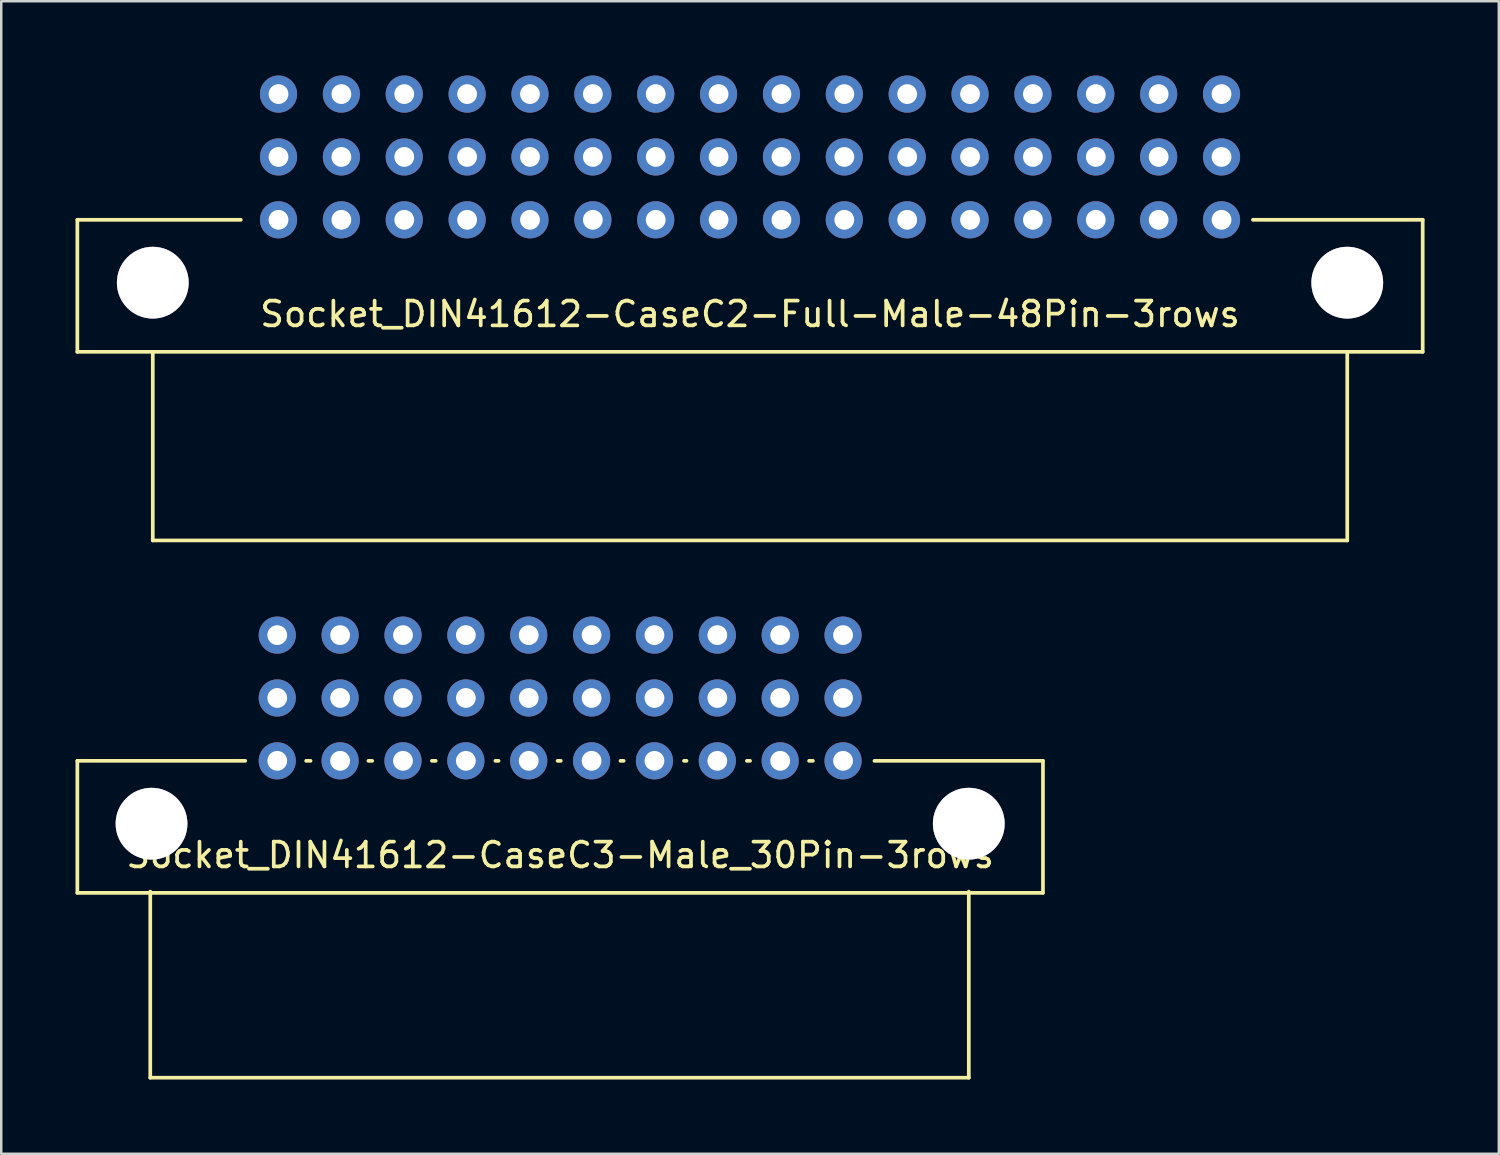
<source format=kicad_pcb>
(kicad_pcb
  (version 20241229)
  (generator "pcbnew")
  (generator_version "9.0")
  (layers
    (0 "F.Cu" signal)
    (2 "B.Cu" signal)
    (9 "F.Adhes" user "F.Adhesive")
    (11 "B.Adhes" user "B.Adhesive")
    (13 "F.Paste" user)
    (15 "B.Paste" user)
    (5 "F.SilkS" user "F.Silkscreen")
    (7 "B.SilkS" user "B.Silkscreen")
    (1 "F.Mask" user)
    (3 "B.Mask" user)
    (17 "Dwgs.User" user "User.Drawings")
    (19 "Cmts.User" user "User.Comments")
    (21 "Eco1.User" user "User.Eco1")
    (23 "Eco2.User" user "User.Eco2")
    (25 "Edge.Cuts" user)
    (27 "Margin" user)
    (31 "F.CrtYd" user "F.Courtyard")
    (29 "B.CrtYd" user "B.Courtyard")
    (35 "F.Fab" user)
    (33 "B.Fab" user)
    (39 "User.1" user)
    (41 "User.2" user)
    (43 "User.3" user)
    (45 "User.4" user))
  (footprint "Socket_DIN41612-CaseC3-Male_30Pin-3rows"
    (layer "F.Cu")
    (at 19.582 25.15)
    (property "Reference" "Socket_DIN41612-CaseC3-Male_30Pin-3rows" (at 0 6.35 0) (layer "F.SilkS") (effects (font (size 1 1) (thickness 0.15))))
    (attr through_hole)
    (fp_line (start -19.507 2.54) (end -12.725 2.54) (stroke (width 0.15) (type solid)) (layer "F.SilkS"))
    (fp_line (start -19.507 7.874) (end -19.507 2.54) (stroke (width 0.15) (type solid)) (layer "F.SilkS"))
    (fp_line (start -16.561 15.342) (end -16.561 7.823) (stroke (width 0.15) (type solid)) (layer "F.SilkS"))
    (fp_line (start -10.262 2.54) (end -10.084 2.54) (stroke (width 0.15) (type solid)) (layer "F.SilkS"))
    (fp_line (start -7.747 2.54) (end -7.595 2.54) (stroke (width 0.15) (type solid)) (layer "F.SilkS"))
    (fp_line (start -5.182 2.54) (end -5.029 2.54) (stroke (width 0.15) (type solid)) (layer "F.SilkS"))
    (fp_line (start -2.616 2.54) (end -2.489 2.54) (stroke (width 0.15) (type solid)) (layer "F.SilkS"))
    (fp_line (start -0.102 2.54) (end 0.025 2.54) (stroke (width 0.15) (type solid)) (layer "F.SilkS"))
    (fp_line (start 2.438 2.54) (end 2.565 2.54) (stroke (width 0.15) (type solid)) (layer "F.SilkS"))
    (fp_line (start 5.004 2.54) (end 5.105 2.54) (stroke (width 0.15) (type solid)) (layer "F.SilkS"))
    (fp_line (start 7.544 2.54) (end 7.671 2.54) (stroke (width 0.15) (type solid)) (layer "F.SilkS"))
    (fp_line (start 10.058 2.54) (end 10.211 2.54) (stroke (width 0.15) (type solid)) (layer "F.SilkS"))
    (fp_line (start 12.7 2.54) (end 19.507 2.54) (stroke (width 0.15) (type solid)) (layer "F.SilkS"))
    (fp_line (start 16.51 7.823) (end 16.51 15.342) (stroke (width 0.15) (type solid)) (layer "F.SilkS"))
    (fp_line (start 16.51 15.342) (end -16.561 15.342) (stroke (width 0.15) (type solid)) (layer "F.SilkS"))
    (fp_line (start 19.507 2.54) (end 19.507 7.874) (stroke (width 0.15) (type solid)) (layer "F.SilkS"))
    (fp_line (start 19.507 7.874) (end -19.507 7.874) (stroke (width 0.15) (type solid)) (layer "F.SilkS"))
    (pad "1" thru_hole circle (at -16.51 5.08) (size 2.901 2.901) (drill 2.901) (layers "*.Cu" "*.Mask"))
    (pad "1" thru_hole circle (at 16.51 5.08) (size 2.901 2.901) (drill 2.901) (layers "*.Cu" "*.Mask"))
    (pad "1a" thru_hole circle (at 11.43 -2.54 180) (size 1.501 1.501) (drill 0.8) (layers "*.Cu" "*.Mask"))
    (pad "1b" thru_hole circle (at 11.43 0 180) (size 1.501 1.501) (drill 0.8) (layers "*.Cu" "*.Mask"))
    (pad "1c" thru_hole circle (at 11.43 2.54 180) (size 1.501 1.501) (drill 0.8) (layers "*.Cu" "*.Mask"))
    (pad "2a" thru_hole circle (at 8.89 -2.54 180) (size 1.501 1.501) (drill 0.8) (layers "*.Cu" "*.Mask"))
    (pad "2b" thru_hole circle (at 8.89 0 180) (size 1.501 1.501) (drill 0.8) (layers "*.Cu" "*.Mask"))
    (pad "2c" thru_hole circle (at 8.89 2.54 180) (size 1.501 1.501) (drill 0.8) (layers "*.Cu" "*.Mask"))
    (pad "3a" thru_hole circle (at 6.35 -2.54 180) (size 1.501 1.501) (drill 0.8) (layers "*.Cu" "*.Mask"))
    (pad "3b" thru_hole circle (at 6.35 0 180) (size 1.501 1.501) (drill 0.8) (layers "*.Cu" "*.Mask"))
    (pad "3c" thru_hole circle (at 6.35 2.54 180) (size 1.501 1.501) (drill 0.8) (layers "*.Cu" "*.Mask"))
    (pad "4a" thru_hole circle (at 3.81 -2.54 180) (size 1.501 1.501) (drill 0.8) (layers "*.Cu" "*.Mask"))
    (pad "4b" thru_hole circle (at 3.81 0 180) (size 1.501 1.501) (drill 0.8) (layers "*.Cu" "*.Mask"))
    (pad "4c" thru_hole circle (at 3.81 2.54 180) (size 1.501 1.501) (drill 0.8) (layers "*.Cu" "*.Mask"))
    (pad "5a" thru_hole circle (at 1.27 -2.54 180) (size 1.501 1.501) (drill 0.8) (layers "*.Cu" "*.Mask"))
    (pad "5b" thru_hole circle (at 1.27 0 180) (size 1.501 1.501) (drill 0.8) (layers "*.Cu" "*.Mask"))
    (pad "5c" thru_hole circle (at 1.27 2.54 180) (size 1.501 1.501) (drill 0.8) (layers "*.Cu" "*.Mask"))
    (pad "6a" thru_hole circle (at -1.27 -2.54 180) (size 1.501 1.501) (drill 0.8) (layers "*.Cu" "*.Mask"))
    (pad "6b" thru_hole circle (at -1.27 0 180) (size 1.501 1.501) (drill 0.8) (layers "*.Cu" "*.Mask"))
    (pad "6c" thru_hole circle (at -1.27 2.54 180) (size 1.501 1.501) (drill 0.8) (layers "*.Cu" "*.Mask"))
    (pad "7a" thru_hole circle (at -3.81 -2.54 180) (size 1.501 1.501) (drill 0.8) (layers "*.Cu" "*.Mask"))
    (pad "7b" thru_hole circle (at -3.81 0 180) (size 1.501 1.501) (drill 0.8) (layers "*.Cu" "*.Mask"))
    (pad "7c" thru_hole circle (at -3.81 2.54 180) (size 1.501 1.501) (drill 0.8) (layers "*.Cu" "*.Mask"))
    (pad "8a" thru_hole circle (at -6.35 -2.54 180) (size 1.501 1.501) (drill 0.8) (layers "*.Cu" "*.Mask"))
    (pad "8b" thru_hole circle (at -6.35 0 180) (size 1.501 1.501) (drill 0.8) (layers "*.Cu" "*.Mask"))
    (pad "8c" thru_hole circle (at -6.35 2.54 180) (size 1.501 1.501) (drill 0.8) (layers "*.Cu" "*.Mask"))
    (pad "9a" thru_hole circle (at -8.89 -2.54 180) (size 1.501 1.501) (drill 0.8) (layers "*.Cu" "*.Mask"))
    (pad "9b" thru_hole circle (at -8.89 0 180) (size 1.501 1.501) (drill 0.8) (layers "*.Cu" "*.Mask"))
    (pad "9c" thru_hole circle (at -8.89 2.54 180) (size 1.501 1.501) (drill 0.8) (layers "*.Cu" "*.Mask"))
    (pad "10a" thru_hole circle (at -11.43 -2.54 180) (size 1.501 1.501) (drill 0.8) (layers "*.Cu" "*.Mask"))
    (pad "10b" thru_hole circle (at -11.43 0 180) (size 1.501 1.501) (drill 0.8) (layers "*.Cu" "*.Mask"))
    (pad "10c" thru_hole circle (at -11.43 2.54 180) (size 1.501 1.501) (drill 0.8) (layers "*.Cu" "*.Mask")))
  (footprint "Socket_DIN41612-CaseC2-Full-Male-48Pin-3rows"
    (layer "F.Cu")
    (at 27.253 3.291)
    (property "Reference" "Socket_DIN41612-CaseC2-Full-Male-48Pin-3rows" (at 0 6.35 0) (layer "F.SilkS") (effects (font (size 1 1) (thickness 0.15))))
    (attr through_hole)
    (fp_line (start -27.178 2.54) (end -20.574 2.54) (stroke (width 0.15) (type solid)) (layer "F.SilkS"))
    (fp_line (start -27.178 7.874) (end -27.178 2.54) (stroke (width 0.15) (type solid)) (layer "F.SilkS"))
    (fp_line (start -24.13 15.494) (end -24.13 7.874) (stroke (width 0.15) (type solid)) (layer "F.SilkS"))
    (fp_line (start 24.13 7.874) (end 24.13 15.494) (stroke (width 0.15) (type solid)) (layer "F.SilkS"))
    (fp_line (start 24.13 15.494) (end -24.13 15.494) (stroke (width 0.15) (type solid)) (layer "F.SilkS"))
    (fp_line (start 27.178 2.54) (end 20.32 2.54) (stroke (width 0.15) (type solid)) (layer "F.SilkS"))
    (fp_line (start 27.178 2.54) (end 27.178 7.874) (stroke (width 0.15) (type solid)) (layer "F.SilkS"))
    (fp_line (start 27.178 7.874) (end -27.178 7.874) (stroke (width 0.15) (type solid)) (layer "F.SilkS"))
    (pad "1" thru_hole circle (at -24.13 5.08) (size 2.901 2.901) (drill 2.901) (layers "*.Cu" "*.Mask"))
    (pad "1" thru_hole circle (at 24.13 5.08) (size 2.901 2.901) (drill 2.901) (layers "*.Cu" "*.Mask"))
    (pad "1a" thru_hole circle (at 19.05 -2.54 180) (size 1.501 1.501) (drill 0.8) (layers "*.Cu" "*.Mask"))
    (pad "1b" thru_hole circle (at 19.05 0 180) (size 1.501 1.501) (drill 0.8) (layers "*.Cu" "*.Mask"))
    (pad "1c" thru_hole circle (at 19.05 2.54 180) (size 1.501 1.501) (drill 0.8) (layers "*.Cu" "*.Mask"))
    (pad "2a" thru_hole circle (at 16.51 -2.54 180) (size 1.501 1.501) (drill 0.8) (layers "*.Cu" "*.Mask"))
    (pad "2b" thru_hole circle (at 16.51 0 180) (size 1.501 1.501) (drill 0.8) (layers "*.Cu" "*.Mask"))
    (pad "2c" thru_hole circle (at 16.51 2.54 180) (size 1.501 1.501) (drill 0.8) (layers "*.Cu" "*.Mask"))
    (pad "3a" thru_hole circle (at 13.97 -2.54 180) (size 1.501 1.501) (drill 0.8) (layers "*.Cu" "*.Mask"))
    (pad "3b" thru_hole circle (at 13.97 0 180) (size 1.501 1.501) (drill 0.8) (layers "*.Cu" "*.Mask"))
    (pad "3c" thru_hole circle (at 13.97 2.54 180) (size 1.501 1.501) (drill 0.8) (layers "*.Cu" "*.Mask"))
    (pad "4a" thru_hole circle (at 11.43 -2.54 180) (size 1.501 1.501) (drill 0.8) (layers "*.Cu" "*.Mask"))
    (pad "4b" thru_hole circle (at 11.43 0 180) (size 1.501 1.501) (drill 0.8) (layers "*.Cu" "*.Mask"))
    (pad "4c" thru_hole circle (at 11.43 2.54 180) (size 1.501 1.501) (drill 0.8) (layers "*.Cu" "*.Mask"))
    (pad "5a" thru_hole circle (at 8.89 -2.54 180) (size 1.501 1.501) (drill 0.8) (layers "*.Cu" "*.Mask"))
    (pad "5b" thru_hole circle (at 8.89 0 180) (size 1.501 1.501) (drill 0.8) (layers "*.Cu" "*.Mask"))
    (pad "5c" thru_hole circle (at 8.89 2.54 180) (size 1.501 1.501) (drill 0.8) (layers "*.Cu" "*.Mask"))
    (pad "6a" thru_hole circle (at 6.35 -2.54 180) (size 1.501 1.501) (drill 0.8) (layers "*.Cu" "*.Mask"))
    (pad "6b" thru_hole circle (at 6.35 0 180) (size 1.501 1.501) (drill 0.8) (layers "*.Cu" "*.Mask"))
    (pad "6c" thru_hole circle (at 6.35 2.54 180) (size 1.501 1.501) (drill 0.8) (layers "*.Cu" "*.Mask"))
    (pad "7a" thru_hole circle (at 3.81 -2.54 180) (size 1.501 1.501) (drill 0.8) (layers "*.Cu" "*.Mask"))
    (pad "7b" thru_hole circle (at 3.81 0 180) (size 1.501 1.501) (drill 0.8) (layers "*.Cu" "*.Mask"))
    (pad "7c" thru_hole circle (at 3.81 2.54 180) (size 1.501 1.501) (drill 0.8) (layers "*.Cu" "*.Mask"))
    (pad "8a" thru_hole circle (at 1.27 -2.54 180) (size 1.501 1.501) (drill 0.8) (layers "*.Cu" "*.Mask"))
    (pad "8b" thru_hole circle (at 1.27 0 180) (size 1.501 1.501) (drill 0.8) (layers "*.Cu" "*.Mask"))
    (pad "8c" thru_hole circle (at 1.27 2.54 180) (size 1.501 1.501) (drill 0.8) (layers "*.Cu" "*.Mask"))
    (pad "9a" thru_hole circle (at -1.27 -2.54 180) (size 1.501 1.501) (drill 0.8) (layers "*.Cu" "*.Mask"))
    (pad "9b" thru_hole circle (at -1.27 0 180) (size 1.501 1.501) (drill 0.8) (layers "*.Cu" "*.Mask"))
    (pad "9c" thru_hole circle (at -1.27 2.54 180) (size 1.501 1.501) (drill 0.8) (layers "*.Cu" "*.Mask"))
    (pad "10a" thru_hole circle (at -3.81 -2.54 180) (size 1.501 1.501) (drill 0.8) (layers "*.Cu" "*.Mask"))
    (pad "10b" thru_hole circle (at -3.81 0 180) (size 1.501 1.501) (drill 0.8) (layers "*.Cu" "*.Mask"))
    (pad "10c" thru_hole circle (at -3.81 2.54 180) (size 1.501 1.501) (drill 0.8) (layers "*.Cu" "*.Mask"))
    (pad "11a" thru_hole circle (at -6.35 -2.54 180) (size 1.501 1.501) (drill 0.8) (layers "*.Cu" "*.Mask"))
    (pad "11b" thru_hole circle (at -6.35 0 180) (size 1.501 1.501) (drill 0.8) (layers "*.Cu" "*.Mask"))
    (pad "11c" thru_hole circle (at -6.35 2.54 180) (size 1.501 1.501) (drill 0.8) (layers "*.Cu" "*.Mask"))
    (pad "12a" thru_hole circle (at -8.89 -2.54 180) (size 1.501 1.501) (drill 0.8) (layers "*.Cu" "*.Mask"))
    (pad "12b" thru_hole circle (at -8.89 0 180) (size 1.501 1.501) (drill 0.8) (layers "*.Cu" "*.Mask"))
    (pad "12c" thru_hole circle (at -8.89 2.54 180) (size 1.501 1.501) (drill 0.8) (layers "*.Cu" "*.Mask"))
    (pad "13a" thru_hole circle (at -11.43 -2.54 180) (size 1.501 1.501) (drill 0.8) (layers "*.Cu" "*.Mask"))
    (pad "13b" thru_hole circle (at -11.43 0 180) (size 1.501 1.501) (drill 0.8) (layers "*.Cu" "*.Mask"))
    (pad "13c" thru_hole circle (at -11.43 2.54 180) (size 1.501 1.501) (drill 0.8) (layers "*.Cu" "*.Mask"))
    (pad "14a" thru_hole circle (at -13.97 -2.54 180) (size 1.501 1.501) (drill 0.8) (layers "*.Cu" "*.Mask"))
    (pad "14b" thru_hole circle (at -13.97 0 180) (size 1.501 1.501) (drill 0.8) (layers "*.Cu" "*.Mask"))
    (pad "14c" thru_hole circle (at -13.97 2.54 180) (size 1.501 1.501) (drill 0.8) (layers "*.Cu" "*.Mask"))
    (pad "15a" thru_hole circle (at -16.51 -2.54 180) (size 1.501 1.501) (drill 0.8) (layers "*.Cu" "*.Mask"))
    (pad "15b" thru_hole circle (at -16.51 0 180) (size 1.501 1.501) (drill 0.8) (layers "*.Cu" "*.Mask"))
    (pad "15c" thru_hole circle (at -16.51 2.54 180) (size 1.501 1.501) (drill 0.8) (layers "*.Cu" "*.Mask"))
    (pad "16a" thru_hole circle (at -19.05 -2.54 180) (size 1.501 1.501) (drill 0.8) (layers "*.Cu" "*.Mask"))
    (pad "16b" thru_hole circle (at -19.05 0 180) (size 1.501 1.501) (drill 0.8) (layers "*.Cu" "*.Mask"))
    (pad "16c" thru_hole circle (at -19.05 2.54 180) (size 1.501 1.501) (drill 0.8) (layers "*.Cu" "*.Mask")))
  (gr_rect
    (start -3 -3)
    (end 57.506 43.567)
    (stroke (width 0.1) (type default))
    (fill no)
    (layer "Edge.Cuts")))
</source>
